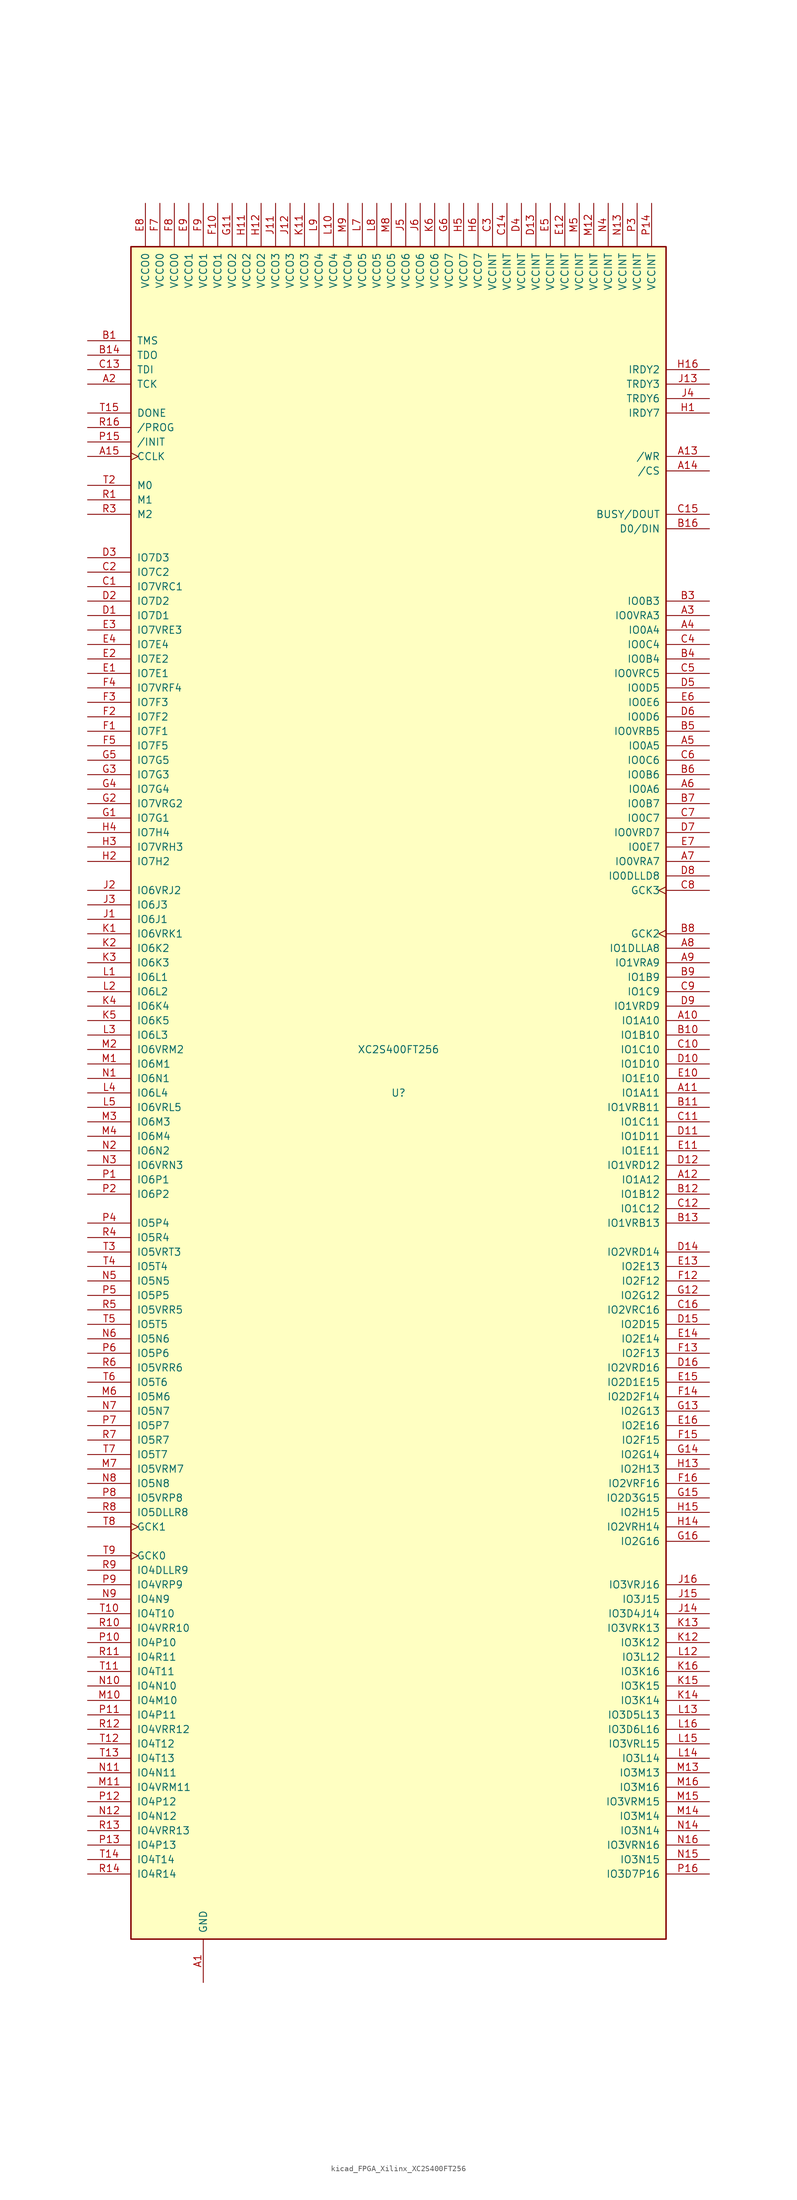
<source format=kicad_sym>
(kicad_symbol_lib
  (version 20220914)
  (generator kicad_symbol_editor)
  (symbol "kicad_FPGA_Xilinx_XC2S400FT256"
    (pin_names
      (offset 1.016))
    (property "Reference" "U"
      (at 0 0 0)
      (effects (font (size 1.27 1.27))))
    (property "Value" "XC2S400FT256"
      (at 0 7.62 0)
      (effects (font (size 1.27 1.27))))
    (symbol "kicad_FPGA_Xilinx_XC2S400FT256_0_1"
      (rectangle (start 46.99 -148.59) (end -46.99 148.59) (stroke (width 0.254) (type default)) (fill (type background))))
    (symbol "kicad_FPGA_Xilinx_XC2S400FT256_1_1"
      (pin power_in line (at -34.29 -156.21 90) (length 7.62) (name "GND" (effects (font (size 1.27 1.27)))) (number "A1" (effects (font (size 1.27 1.27)))))
      (pin bidirectional line (at 54.61 12.7 180) (length 7.62) (name "IO1A10" (effects (font (size 1.27 1.27)))) (number "A10" (effects (font (size 1.27 1.27)))))
      (pin bidirectional line (at 54.61 0 180) (length 7.62) (name "IO1A11" (effects (font (size 1.27 1.27)))) (number "A11" (effects (font (size 1.27 1.27)))))
      (pin bidirectional line (at 54.61 -15.24 180) (length 7.62) (name "IO1A12" (effects (font (size 1.27 1.27)))) (number "A12" (effects (font (size 1.27 1.27)))))
      (pin bidirectional line (at 54.61 111.76 180) (length 7.62) (name "/WR" (effects (font (size 1.27 1.27)))) (number "A13" (effects (font (size 1.27 1.27)))))
      (pin bidirectional line (at 54.61 109.22 180) (length 7.62) (name "/CS" (effects (font (size 1.27 1.27)))) (number "A14" (effects (font (size 1.27 1.27)))))
      (pin bidirectional clock (at -54.61 111.76 0) (length 7.62) (name "CCLK" (effects (font (size 1.27 1.27)))) (number "A15" (effects (font (size 1.27 1.27)))))
      (pin passive line (at -34.29 -156.21 90) (length 7.62) hide (name "GND" (effects (font (size 1.27 1.27)))) (number "A16" (effects (font (size 1.27 1.27)))))
      (pin bidirectional line (at -54.61 124.46 0) (length 7.62) (name "TCK" (effects (font (size 1.27 1.27)))) (number "A2" (effects (font (size 1.27 1.27)))))
      (pin bidirectional line (at 54.61 83.82 180) (length 7.62) (name "IO0VRA3" (effects (font (size 1.27 1.27)))) (number "A3" (effects (font (size 1.27 1.27)))))
      (pin bidirectional line (at 54.61 81.28 180) (length 7.62) (name "IO0A4" (effects (font (size 1.27 1.27)))) (number "A4" (effects (font (size 1.27 1.27)))))
      (pin bidirectional line (at 54.61 60.96 180) (length 7.62) (name "IO0A5" (effects (font (size 1.27 1.27)))) (number "A5" (effects (font (size 1.27 1.27)))))
      (pin bidirectional line (at 54.61 53.34 180) (length 7.62) (name "IO0A6" (effects (font (size 1.27 1.27)))) (number "A6" (effects (font (size 1.27 1.27)))))
      (pin bidirectional line (at 54.61 40.64 180) (length 7.62) (name "IO0VRA7" (effects (font (size 1.27 1.27)))) (number "A7" (effects (font (size 1.27 1.27)))))
      (pin bidirectional line (at 54.61 25.4 180) (length 7.62) (name "IO1DLLA8" (effects (font (size 1.27 1.27)))) (number "A8" (effects (font (size 1.27 1.27)))))
      (pin bidirectional line (at 54.61 22.86 180) (length 7.62) (name "IO1VRA9" (effects (font (size 1.27 1.27)))) (number "A9" (effects (font (size 1.27 1.27)))))
      (pin bidirectional line (at -54.61 132.08 0) (length 7.62) (name "TMS" (effects (font (size 1.27 1.27)))) (number "B1" (effects (font (size 1.27 1.27)))))
      (pin bidirectional line (at 54.61 10.16 180) (length 7.62) (name "IO1B10" (effects (font (size 1.27 1.27)))) (number "B10" (effects (font (size 1.27 1.27)))))
      (pin bidirectional line (at 54.61 -2.54 180) (length 7.62) (name "IO1VRB11" (effects (font (size 1.27 1.27)))) (number "B11" (effects (font (size 1.27 1.27)))))
      (pin bidirectional line (at 54.61 -17.78 180) (length 7.62) (name "IO1B12" (effects (font (size 1.27 1.27)))) (number "B12" (effects (font (size 1.27 1.27)))))
      (pin bidirectional line (at 54.61 -22.86 180) (length 7.62) (name "IO1VRB13" (effects (font (size 1.27 1.27)))) (number "B13" (effects (font (size 1.27 1.27)))))
      (pin bidirectional line (at -54.61 129.54 0) (length 7.62) (name "TDO" (effects (font (size 1.27 1.27)))) (number "B14" (effects (font (size 1.27 1.27)))))
      (pin passive line (at -34.29 -156.21 90) (length 7.62) hide (name "GND" (effects (font (size 1.27 1.27)))) (number "B15" (effects (font (size 1.27 1.27)))))
      (pin bidirectional line (at 54.61 99.06 180) (length 7.62) (name "D0/DIN" (effects (font (size 1.27 1.27)))) (number "B16" (effects (font (size 1.27 1.27)))))
      (pin passive line (at -34.29 -156.21 90) (length 7.62) hide (name "GND" (effects (font (size 1.27 1.27)))) (number "B2" (effects (font (size 1.27 1.27)))))
      (pin bidirectional line (at 54.61 86.36 180) (length 7.62) (name "IO0B3" (effects (font (size 1.27 1.27)))) (number "B3" (effects (font (size 1.27 1.27)))))
      (pin bidirectional line (at 54.61 76.2 180) (length 7.62) (name "IO0B4" (effects (font (size 1.27 1.27)))) (number "B4" (effects (font (size 1.27 1.27)))))
      (pin bidirectional line (at 54.61 63.5 180) (length 7.62) (name "IO0VRB5" (effects (font (size 1.27 1.27)))) (number "B5" (effects (font (size 1.27 1.27)))))
      (pin bidirectional line (at 54.61 55.88 180) (length 7.62) (name "IO0B6" (effects (font (size 1.27 1.27)))) (number "B6" (effects (font (size 1.27 1.27)))))
      (pin bidirectional line (at 54.61 50.8 180) (length 7.62) (name "IO0B7" (effects (font (size 1.27 1.27)))) (number "B7" (effects (font (size 1.27 1.27)))))
      (pin input clock (at 54.61 27.94 180) (length 7.62) (name "GCK2" (effects (font (size 1.27 1.27)))) (number "B8" (effects (font (size 1.27 1.27)))))
      (pin bidirectional line (at 54.61 20.32 180) (length 7.62) (name "IO1B9" (effects (font (size 1.27 1.27)))) (number "B9" (effects (font (size 1.27 1.27)))))
      (pin bidirectional line (at -54.61 88.9 0) (length 7.62) (name "IO7VRC1" (effects (font (size 1.27 1.27)))) (number "C1" (effects (font (size 1.27 1.27)))))
      (pin bidirectional line (at 54.61 7.62 180) (length 7.62) (name "IO1C10" (effects (font (size 1.27 1.27)))) (number "C10" (effects (font (size 1.27 1.27)))))
      (pin bidirectional line (at 54.61 -5.08 180) (length 7.62) (name "IO1C11" (effects (font (size 1.27 1.27)))) (number "C11" (effects (font (size 1.27 1.27)))))
      (pin bidirectional line (at 54.61 -20.32 180) (length 7.62) (name "IO1C12" (effects (font (size 1.27 1.27)))) (number "C12" (effects (font (size 1.27 1.27)))))
      (pin bidirectional line (at -54.61 127 0) (length 7.62) (name "TDI" (effects (font (size 1.27 1.27)))) (number "C13" (effects (font (size 1.27 1.27)))))
      (pin power_in line (at 19.05 156.21 270) (length 7.62) (name "VCCINT" (effects (font (size 1.27 1.27)))) (number "C14" (effects (font (size 1.27 1.27)))))
      (pin bidirectional line (at 54.61 101.6 180) (length 7.62) (name "BUSY/DOUT" (effects (font (size 1.27 1.27)))) (number "C15" (effects (font (size 1.27 1.27)))))
      (pin bidirectional line (at 54.61 -38.1 180) (length 7.62) (name "IO2VRC16" (effects (font (size 1.27 1.27)))) (number "C16" (effects (font (size 1.27 1.27)))))
      (pin bidirectional line (at -54.61 91.44 0) (length 7.62) (name "IO7C2" (effects (font (size 1.27 1.27)))) (number "C2" (effects (font (size 1.27 1.27)))))
      (pin power_in line (at 16.51 156.21 270) (length 7.62) (name "VCCINT" (effects (font (size 1.27 1.27)))) (number "C3" (effects (font (size 1.27 1.27)))))
      (pin bidirectional line (at 54.61 78.74 180) (length 7.62) (name "IO0C4" (effects (font (size 1.27 1.27)))) (number "C4" (effects (font (size 1.27 1.27)))))
      (pin bidirectional line (at 54.61 73.66 180) (length 7.62) (name "IO0VRC5" (effects (font (size 1.27 1.27)))) (number "C5" (effects (font (size 1.27 1.27)))))
      (pin bidirectional line (at 54.61 58.42 180) (length 7.62) (name "IO0C6" (effects (font (size 1.27 1.27)))) (number "C6" (effects (font (size 1.27 1.27)))))
      (pin bidirectional line (at 54.61 48.26 180) (length 7.62) (name "IO0C7" (effects (font (size 1.27 1.27)))) (number "C7" (effects (font (size 1.27 1.27)))))
      (pin input clock (at 54.61 35.56 180) (length 7.62) (name "GCK3" (effects (font (size 1.27 1.27)))) (number "C8" (effects (font (size 1.27 1.27)))))
      (pin bidirectional line (at 54.61 17.78 180) (length 7.62) (name "IO1C9" (effects (font (size 1.27 1.27)))) (number "C9" (effects (font (size 1.27 1.27)))))
      (pin bidirectional line (at -54.61 83.82 0) (length 7.62) (name "IO7D1" (effects (font (size 1.27 1.27)))) (number "D1" (effects (font (size 1.27 1.27)))))
      (pin bidirectional line (at 54.61 5.08 180) (length 7.62) (name "IO1D10" (effects (font (size 1.27 1.27)))) (number "D10" (effects (font (size 1.27 1.27)))))
      (pin bidirectional line (at 54.61 -7.62 180) (length 7.62) (name "IO1D11" (effects (font (size 1.27 1.27)))) (number "D11" (effects (font (size 1.27 1.27)))))
      (pin bidirectional line (at 54.61 -12.7 180) (length 7.62) (name "IO1VRD12" (effects (font (size 1.27 1.27)))) (number "D12" (effects (font (size 1.27 1.27)))))
      (pin power_in line (at 24.13 156.21 270) (length 7.62) (name "VCCINT" (effects (font (size 1.27 1.27)))) (number "D13" (effects (font (size 1.27 1.27)))))
      (pin bidirectional line (at 54.61 -27.94 180) (length 7.62) (name "IO2VRD14" (effects (font (size 1.27 1.27)))) (number "D14" (effects (font (size 1.27 1.27)))))
      (pin bidirectional line (at 54.61 -40.64 180) (length 7.62) (name "IO2D15" (effects (font (size 1.27 1.27)))) (number "D15" (effects (font (size 1.27 1.27)))))
      (pin bidirectional line (at 54.61 -48.26 180) (length 7.62) (name "IO2VRD16" (effects (font (size 1.27 1.27)))) (number "D16" (effects (font (size 1.27 1.27)))))
      (pin bidirectional line (at -54.61 86.36 0) (length 7.62) (name "IO7D2" (effects (font (size 1.27 1.27)))) (number "D2" (effects (font (size 1.27 1.27)))))
      (pin bidirectional line (at -54.61 93.98 0) (length 7.62) (name "IO7D3" (effects (font (size 1.27 1.27)))) (number "D3" (effects (font (size 1.27 1.27)))))
      (pin power_in line (at 21.59 156.21 270) (length 7.62) (name "VCCINT" (effects (font (size 1.27 1.27)))) (number "D4" (effects (font (size 1.27 1.27)))))
      (pin bidirectional line (at 54.61 71.12 180) (length 7.62) (name "IO0D5" (effects (font (size 1.27 1.27)))) (number "D5" (effects (font (size 1.27 1.27)))))
      (pin bidirectional line (at 54.61 66.04 180) (length 7.62) (name "IO0D6" (effects (font (size 1.27 1.27)))) (number "D6" (effects (font (size 1.27 1.27)))))
      (pin bidirectional line (at 54.61 45.72 180) (length 7.62) (name "IO0VRD7" (effects (font (size 1.27 1.27)))) (number "D7" (effects (font (size 1.27 1.27)))))
      (pin bidirectional line (at 54.61 38.1 180) (length 7.62) (name "IO0DLLD8" (effects (font (size 1.27 1.27)))) (number "D8" (effects (font (size 1.27 1.27)))))
      (pin bidirectional line (at 54.61 15.24 180) (length 7.62) (name "IO1VRD9" (effects (font (size 1.27 1.27)))) (number "D9" (effects (font (size 1.27 1.27)))))
      (pin bidirectional line (at -54.61 73.66 0) (length 7.62) (name "IO7E1" (effects (font (size 1.27 1.27)))) (number "E1" (effects (font (size 1.27 1.27)))))
      (pin bidirectional line (at 54.61 2.54 180) (length 7.62) (name "IO1E10" (effects (font (size 1.27 1.27)))) (number "E10" (effects (font (size 1.27 1.27)))))
      (pin bidirectional line (at 54.61 -10.16 180) (length 7.62) (name "IO1E11" (effects (font (size 1.27 1.27)))) (number "E11" (effects (font (size 1.27 1.27)))))
      (pin power_in line (at 29.21 156.21 270) (length 7.62) (name "VCCINT" (effects (font (size 1.27 1.27)))) (number "E12" (effects (font (size 1.27 1.27)))))
      (pin bidirectional line (at 54.61 -30.48 180) (length 7.62) (name "IO2E13" (effects (font (size 1.27 1.27)))) (number "E13" (effects (font (size 1.27 1.27)))))
      (pin bidirectional line (at 54.61 -43.18 180) (length 7.62) (name "IO2E14" (effects (font (size 1.27 1.27)))) (number "E14" (effects (font (size 1.27 1.27)))))
      (pin bidirectional line (at 54.61 -50.8 180) (length 7.62) (name "IO2D1E15" (effects (font (size 1.27 1.27)))) (number "E15" (effects (font (size 1.27 1.27)))))
      (pin bidirectional line (at 54.61 -58.42 180) (length 7.62) (name "IO2E16" (effects (font (size 1.27 1.27)))) (number "E16" (effects (font (size 1.27 1.27)))))
      (pin bidirectional line (at -54.61 76.2 0) (length 7.62) (name "IO7E2" (effects (font (size 1.27 1.27)))) (number "E2" (effects (font (size 1.27 1.27)))))
      (pin bidirectional line (at -54.61 81.28 0) (length 7.62) (name "IO7VRE3" (effects (font (size 1.27 1.27)))) (number "E3" (effects (font (size 1.27 1.27)))))
      (pin bidirectional line (at -54.61 78.74 0) (length 7.62) (name "IO7E4" (effects (font (size 1.27 1.27)))) (number "E4" (effects (font (size 1.27 1.27)))))
      (pin power_in line (at 26.67 156.21 270) (length 7.62) (name "VCCINT" (effects (font (size 1.27 1.27)))) (number "E5" (effects (font (size 1.27 1.27)))))
      (pin bidirectional line (at 54.61 68.58 180) (length 7.62) (name "IO0E6" (effects (font (size 1.27 1.27)))) (number "E6" (effects (font (size 1.27 1.27)))))
      (pin bidirectional line (at 54.61 43.18 180) (length 7.62) (name "IO0E7" (effects (font (size 1.27 1.27)))) (number "E7" (effects (font (size 1.27 1.27)))))
      (pin power_in line (at -44.45 156.21 270) (length 7.62) (name "VCCO0" (effects (font (size 1.27 1.27)))) (number "E8" (effects (font (size 1.27 1.27)))))
      (pin power_in line (at -36.83 156.21 270) (length 7.62) (name "VCCO1" (effects (font (size 1.27 1.27)))) (number "E9" (effects (font (size 1.27 1.27)))))
      (pin bidirectional line (at -54.61 63.5 0) (length 7.62) (name "IO7F1" (effects (font (size 1.27 1.27)))) (number "F1" (effects (font (size 1.27 1.27)))))
      (pin power_in line (at -31.75 156.21 270) (length 7.62) (name "VCCO1" (effects (font (size 1.27 1.27)))) (number "F10" (effects (font (size 1.27 1.27)))))
      (pin passive line (at -34.29 -156.21 90) (length 7.62) hide (name "GND" (effects (font (size 1.27 1.27)))) (number "F11" (effects (font (size 1.27 1.27)))))
      (pin bidirectional line (at 54.61 -33.02 180) (length 7.62) (name "IO2F12" (effects (font (size 1.27 1.27)))) (number "F12" (effects (font (size 1.27 1.27)))))
      (pin bidirectional line (at 54.61 -45.72 180) (length 7.62) (name "IO2F13" (effects (font (size 1.27 1.27)))) (number "F13" (effects (font (size 1.27 1.27)))))
      (pin bidirectional line (at 54.61 -53.34 180) (length 7.62) (name "IO2D2F14" (effects (font (size 1.27 1.27)))) (number "F14" (effects (font (size 1.27 1.27)))))
      (pin bidirectional line (at 54.61 -60.96 180) (length 7.62) (name "IO2F15" (effects (font (size 1.27 1.27)))) (number "F15" (effects (font (size 1.27 1.27)))))
      (pin bidirectional line (at 54.61 -68.58 180) (length 7.62) (name "IO2VRF16" (effects (font (size 1.27 1.27)))) (number "F16" (effects (font (size 1.27 1.27)))))
      (pin bidirectional line (at -54.61 66.04 0) (length 7.62) (name "IO7F2" (effects (font (size 1.27 1.27)))) (number "F2" (effects (font (size 1.27 1.27)))))
      (pin bidirectional line (at -54.61 68.58 0) (length 7.62) (name "IO7F3" (effects (font (size 1.27 1.27)))) (number "F3" (effects (font (size 1.27 1.27)))))
      (pin bidirectional line (at -54.61 71.12 0) (length 7.62) (name "IO7VRF4" (effects (font (size 1.27 1.27)))) (number "F4" (effects (font (size 1.27 1.27)))))
      (pin bidirectional line (at -54.61 60.96 0) (length 7.62) (name "IO7F5" (effects (font (size 1.27 1.27)))) (number "F5" (effects (font (size 1.27 1.27)))))
      (pin passive line (at -34.29 -156.21 90) (length 7.62) hide (name "GND" (effects (font (size 1.27 1.27)))) (number "F6" (effects (font (size 1.27 1.27)))))
      (pin power_in line (at -41.91 156.21 270) (length 7.62) (name "VCCO0" (effects (font (size 1.27 1.27)))) (number "F7" (effects (font (size 1.27 1.27)))))
      (pin power_in line (at -39.37 156.21 270) (length 7.62) (name "VCCO0" (effects (font (size 1.27 1.27)))) (number "F8" (effects (font (size 1.27 1.27)))))
      (pin power_in line (at -34.29 156.21 270) (length 7.62) (name "VCCO1" (effects (font (size 1.27 1.27)))) (number "F9" (effects (font (size 1.27 1.27)))))
      (pin bidirectional line (at -54.61 48.26 0) (length 7.62) (name "IO7G1" (effects (font (size 1.27 1.27)))) (number "G1" (effects (font (size 1.27 1.27)))))
      (pin passive line (at -34.29 -156.21 90) (length 7.62) hide (name "GND" (effects (font (size 1.27 1.27)))) (number "G10" (effects (font (size 1.27 1.27)))))
      (pin power_in line (at -29.21 156.21 270) (length 7.62) (name "VCCO2" (effects (font (size 1.27 1.27)))) (number "G11" (effects (font (size 1.27 1.27)))))
      (pin bidirectional line (at 54.61 -35.56 180) (length 7.62) (name "IO2G12" (effects (font (size 1.27 1.27)))) (number "G12" (effects (font (size 1.27 1.27)))))
      (pin bidirectional line (at 54.61 -55.88 180) (length 7.62) (name "IO2G13" (effects (font (size 1.27 1.27)))) (number "G13" (effects (font (size 1.27 1.27)))))
      (pin bidirectional line (at 54.61 -63.5 180) (length 7.62) (name "IO2G14" (effects (font (size 1.27 1.27)))) (number "G14" (effects (font (size 1.27 1.27)))))
      (pin bidirectional line (at 54.61 -71.12 180) (length 7.62) (name "IO2D3G15" (effects (font (size 1.27 1.27)))) (number "G15" (effects (font (size 1.27 1.27)))))
      (pin bidirectional line (at 54.61 -78.74 180) (length 7.62) (name "IO2G16" (effects (font (size 1.27 1.27)))) (number "G16" (effects (font (size 1.27 1.27)))))
      (pin bidirectional line (at -54.61 50.8 0) (length 7.62) (name "IO7VRG2" (effects (font (size 1.27 1.27)))) (number "G2" (effects (font (size 1.27 1.27)))))
      (pin bidirectional line (at -54.61 55.88 0) (length 7.62) (name "IO7G3" (effects (font (size 1.27 1.27)))) (number "G3" (effects (font (size 1.27 1.27)))))
      (pin bidirectional line (at -54.61 53.34 0) (length 7.62) (name "IO7G4" (effects (font (size 1.27 1.27)))) (number "G4" (effects (font (size 1.27 1.27)))))
      (pin bidirectional line (at -54.61 58.42 0) (length 7.62) (name "IO7G5" (effects (font (size 1.27 1.27)))) (number "G5" (effects (font (size 1.27 1.27)))))
      (pin power_in line (at 8.89 156.21 270) (length 7.62) (name "VCCO7" (effects (font (size 1.27 1.27)))) (number "G6" (effects (font (size 1.27 1.27)))))
      (pin passive line (at -34.29 -156.21 90) (length 7.62) hide (name "GND" (effects (font (size 1.27 1.27)))) (number "G7" (effects (font (size 1.27 1.27)))))
      (pin passive line (at -34.29 -156.21 90) (length 7.62) hide (name "GND" (effects (font (size 1.27 1.27)))) (number "G8" (effects (font (size 1.27 1.27)))))
      (pin passive line (at -34.29 -156.21 90) (length 7.62) hide (name "GND" (effects (font (size 1.27 1.27)))) (number "G9" (effects (font (size 1.27 1.27)))))
      (pin bidirectional line (at 54.61 119.38 180) (length 7.62) (name "IRDY7" (effects (font (size 1.27 1.27)))) (number "H1" (effects (font (size 1.27 1.27)))))
      (pin passive line (at -34.29 -156.21 90) (length 7.62) hide (name "GND" (effects (font (size 1.27 1.27)))) (number "H10" (effects (font (size 1.27 1.27)))))
      (pin power_in line (at -26.67 156.21 270) (length 7.62) (name "VCCO2" (effects (font (size 1.27 1.27)))) (number "H11" (effects (font (size 1.27 1.27)))))
      (pin power_in line (at -24.13 156.21 270) (length 7.62) (name "VCCO2" (effects (font (size 1.27 1.27)))) (number "H12" (effects (font (size 1.27 1.27)))))
      (pin bidirectional line (at 54.61 -66.04 180) (length 7.62) (name "IO2H13" (effects (font (size 1.27 1.27)))) (number "H13" (effects (font (size 1.27 1.27)))))
      (pin bidirectional line (at 54.61 -76.2 180) (length 7.62) (name "IO2VRH14" (effects (font (size 1.27 1.27)))) (number "H14" (effects (font (size 1.27 1.27)))))
      (pin bidirectional line (at 54.61 -73.66 180) (length 7.62) (name "IO2H15" (effects (font (size 1.27 1.27)))) (number "H15" (effects (font (size 1.27 1.27)))))
      (pin bidirectional line (at 54.61 127 180) (length 7.62) (name "IRDY2" (effects (font (size 1.27 1.27)))) (number "H16" (effects (font (size 1.27 1.27)))))
      (pin bidirectional line (at -54.61 40.64 0) (length 7.62) (name "IO7H2" (effects (font (size 1.27 1.27)))) (number "H2" (effects (font (size 1.27 1.27)))))
      (pin bidirectional line (at -54.61 43.18 0) (length 7.62) (name "IO7VRH3" (effects (font (size 1.27 1.27)))) (number "H3" (effects (font (size 1.27 1.27)))))
      (pin bidirectional line (at -54.61 45.72 0) (length 7.62) (name "IO7H4" (effects (font (size 1.27 1.27)))) (number "H4" (effects (font (size 1.27 1.27)))))
      (pin power_in line (at 11.43 156.21 270) (length 7.62) (name "VCCO7" (effects (font (size 1.27 1.27)))) (number "H5" (effects (font (size 1.27 1.27)))))
      (pin power_in line (at 13.97 156.21 270) (length 7.62) (name "VCCO7" (effects (font (size 1.27 1.27)))) (number "H6" (effects (font (size 1.27 1.27)))))
      (pin passive line (at -34.29 -156.21 90) (length 7.62) hide (name "GND" (effects (font (size 1.27 1.27)))) (number "H7" (effects (font (size 1.27 1.27)))))
      (pin passive line (at -34.29 -156.21 90) (length 7.62) hide (name "GND" (effects (font (size 1.27 1.27)))) (number "H8" (effects (font (size 1.27 1.27)))))
      (pin passive line (at -34.29 -156.21 90) (length 7.62) hide (name "GND" (effects (font (size 1.27 1.27)))) (number "H9" (effects (font (size 1.27 1.27)))))
      (pin bidirectional line (at -54.61 30.48 0) (length 7.62) (name "IO6J1" (effects (font (size 1.27 1.27)))) (number "J1" (effects (font (size 1.27 1.27)))))
      (pin passive line (at -34.29 -156.21 90) (length 7.62) hide (name "GND" (effects (font (size 1.27 1.27)))) (number "J10" (effects (font (size 1.27 1.27)))))
      (pin power_in line (at -21.59 156.21 270) (length 7.62) (name "VCCO3" (effects (font (size 1.27 1.27)))) (number "J11" (effects (font (size 1.27 1.27)))))
      (pin power_in line (at -19.05 156.21 270) (length 7.62) (name "VCCO3" (effects (font (size 1.27 1.27)))) (number "J12" (effects (font (size 1.27 1.27)))))
      (pin bidirectional line (at 54.61 124.46 180) (length 7.62) (name "TRDY3" (effects (font (size 1.27 1.27)))) (number "J13" (effects (font (size 1.27 1.27)))))
      (pin bidirectional line (at 54.61 -91.44 180) (length 7.62) (name "IO3D4J14" (effects (font (size 1.27 1.27)))) (number "J14" (effects (font (size 1.27 1.27)))))
      (pin bidirectional line (at 54.61 -88.9 180) (length 7.62) (name "IO3J15" (effects (font (size 1.27 1.27)))) (number "J15" (effects (font (size 1.27 1.27)))))
      (pin bidirectional line (at 54.61 -86.36 180) (length 7.62) (name "IO3VRJ16" (effects (font (size 1.27 1.27)))) (number "J16" (effects (font (size 1.27 1.27)))))
      (pin bidirectional line (at -54.61 35.56 0) (length 7.62) (name "IO6VRJ2" (effects (font (size 1.27 1.27)))) (number "J2" (effects (font (size 1.27 1.27)))))
      (pin bidirectional line (at -54.61 33.02 0) (length 7.62) (name "IO6J3" (effects (font (size 1.27 1.27)))) (number "J3" (effects (font (size 1.27 1.27)))))
      (pin bidirectional line (at 54.61 121.92 180) (length 7.62) (name "TRDY6" (effects (font (size 1.27 1.27)))) (number "J4" (effects (font (size 1.27 1.27)))))
      (pin power_in line (at 1.27 156.21 270) (length 7.62) (name "VCCO6" (effects (font (size 1.27 1.27)))) (number "J5" (effects (font (size 1.27 1.27)))))
      (pin power_in line (at 3.81 156.21 270) (length 7.62) (name "VCCO6" (effects (font (size 1.27 1.27)))) (number "J6" (effects (font (size 1.27 1.27)))))
      (pin passive line (at -34.29 -156.21 90) (length 7.62) hide (name "GND" (effects (font (size 1.27 1.27)))) (number "J7" (effects (font (size 1.27 1.27)))))
      (pin passive line (at -34.29 -156.21 90) (length 7.62) hide (name "GND" (effects (font (size 1.27 1.27)))) (number "J8" (effects (font (size 1.27 1.27)))))
      (pin passive line (at -34.29 -156.21 90) (length 7.62) hide (name "GND" (effects (font (size 1.27 1.27)))) (number "J9" (effects (font (size 1.27 1.27)))))
      (pin bidirectional line (at -54.61 27.94 0) (length 7.62) (name "IO6VRK1" (effects (font (size 1.27 1.27)))) (number "K1" (effects (font (size 1.27 1.27)))))
      (pin passive line (at -34.29 -156.21 90) (length 7.62) hide (name "GND" (effects (font (size 1.27 1.27)))) (number "K10" (effects (font (size 1.27 1.27)))))
      (pin power_in line (at -16.51 156.21 270) (length 7.62) (name "VCCO3" (effects (font (size 1.27 1.27)))) (number "K11" (effects (font (size 1.27 1.27)))))
      (pin bidirectional line (at 54.61 -96.52 180) (length 7.62) (name "IO3K12" (effects (font (size 1.27 1.27)))) (number "K12" (effects (font (size 1.27 1.27)))))
      (pin bidirectional line (at 54.61 -93.98 180) (length 7.62) (name "IO3VRK13" (effects (font (size 1.27 1.27)))) (number "K13" (effects (font (size 1.27 1.27)))))
      (pin bidirectional line (at 54.61 -106.68 180) (length 7.62) (name "IO3K14" (effects (font (size 1.27 1.27)))) (number "K14" (effects (font (size 1.27 1.27)))))
      (pin bidirectional line (at 54.61 -104.14 180) (length 7.62) (name "IO3K15" (effects (font (size 1.27 1.27)))) (number "K15" (effects (font (size 1.27 1.27)))))
      (pin bidirectional line (at 54.61 -101.6 180) (length 7.62) (name "IO3K16" (effects (font (size 1.27 1.27)))) (number "K16" (effects (font (size 1.27 1.27)))))
      (pin bidirectional line (at -54.61 25.4 0) (length 7.62) (name "IO6K2" (effects (font (size 1.27 1.27)))) (number "K2" (effects (font (size 1.27 1.27)))))
      (pin bidirectional line (at -54.61 22.86 0) (length 7.62) (name "IO6K3" (effects (font (size 1.27 1.27)))) (number "K3" (effects (font (size 1.27 1.27)))))
      (pin bidirectional line (at -54.61 15.24 0) (length 7.62) (name "IO6K4" (effects (font (size 1.27 1.27)))) (number "K4" (effects (font (size 1.27 1.27)))))
      (pin bidirectional line (at -54.61 12.7 0) (length 7.62) (name "IO6K5" (effects (font (size 1.27 1.27)))) (number "K5" (effects (font (size 1.27 1.27)))))
      (pin power_in line (at 6.35 156.21 270) (length 7.62) (name "VCCO6" (effects (font (size 1.27 1.27)))) (number "K6" (effects (font (size 1.27 1.27)))))
      (pin passive line (at -34.29 -156.21 90) (length 7.62) hide (name "GND" (effects (font (size 1.27 1.27)))) (number "K7" (effects (font (size 1.27 1.27)))))
      (pin passive line (at -34.29 -156.21 90) (length 7.62) hide (name "GND" (effects (font (size 1.27 1.27)))) (number "K8" (effects (font (size 1.27 1.27)))))
      (pin passive line (at -34.29 -156.21 90) (length 7.62) hide (name "GND" (effects (font (size 1.27 1.27)))) (number "K9" (effects (font (size 1.27 1.27)))))
      (pin bidirectional line (at -54.61 20.32 0) (length 7.62) (name "IO6L1" (effects (font (size 1.27 1.27)))) (number "L1" (effects (font (size 1.27 1.27)))))
      (pin power_in line (at -11.43 156.21 270) (length 7.62) (name "VCCO4" (effects (font (size 1.27 1.27)))) (number "L10" (effects (font (size 1.27 1.27)))))
      (pin passive line (at -34.29 -156.21 90) (length 7.62) hide (name "GND" (effects (font (size 1.27 1.27)))) (number "L11" (effects (font (size 1.27 1.27)))))
      (pin bidirectional line (at 54.61 -99.06 180) (length 7.62) (name "IO3L12" (effects (font (size 1.27 1.27)))) (number "L12" (effects (font (size 1.27 1.27)))))
      (pin bidirectional line (at 54.61 -109.22 180) (length 7.62) (name "IO3D5L13" (effects (font (size 1.27 1.27)))) (number "L13" (effects (font (size 1.27 1.27)))))
      (pin bidirectional line (at 54.61 -116.84 180) (length 7.62) (name "IO3L14" (effects (font (size 1.27 1.27)))) (number "L14" (effects (font (size 1.27 1.27)))))
      (pin bidirectional line (at 54.61 -114.3 180) (length 7.62) (name "IO3VRL15" (effects (font (size 1.27 1.27)))) (number "L15" (effects (font (size 1.27 1.27)))))
      (pin bidirectional line (at 54.61 -111.76 180) (length 7.62) (name "IO3D6L16" (effects (font (size 1.27 1.27)))) (number "L16" (effects (font (size 1.27 1.27)))))
      (pin bidirectional line (at -54.61 17.78 0) (length 7.62) (name "IO6L2" (effects (font (size 1.27 1.27)))) (number "L2" (effects (font (size 1.27 1.27)))))
      (pin bidirectional line (at -54.61 10.16 0) (length 7.62) (name "IO6L3" (effects (font (size 1.27 1.27)))) (number "L3" (effects (font (size 1.27 1.27)))))
      (pin bidirectional line (at -54.61 0 0) (length 7.62) (name "IO6L4" (effects (font (size 1.27 1.27)))) (number "L4" (effects (font (size 1.27 1.27)))))
      (pin bidirectional line (at -54.61 -2.54 0) (length 7.62) (name "IO6VRL5" (effects (font (size 1.27 1.27)))) (number "L5" (effects (font (size 1.27 1.27)))))
      (pin passive line (at -34.29 -156.21 90) (length 7.62) hide (name "GND" (effects (font (size 1.27 1.27)))) (number "L6" (effects (font (size 1.27 1.27)))))
      (pin power_in line (at -6.35 156.21 270) (length 7.62) (name "VCCO5" (effects (font (size 1.27 1.27)))) (number "L7" (effects (font (size 1.27 1.27)))))
      (pin power_in line (at -3.81 156.21 270) (length 7.62) (name "VCCO5" (effects (font (size 1.27 1.27)))) (number "L8" (effects (font (size 1.27 1.27)))))
      (pin passive line (at -13.97 156.21 270) (length 7.62) (name "VCCO4" (effects (font (size 1.27 1.27)))) (number "L9" (effects (font (size 1.27 1.27)))))
      (pin bidirectional line (at -54.61 5.08 0) (length 7.62) (name "IO6M1" (effects (font (size 1.27 1.27)))) (number "M1" (effects (font (size 1.27 1.27)))))
      (pin bidirectional line (at -54.61 -106.68 0) (length 7.62) (name "IO4M10" (effects (font (size 1.27 1.27)))) (number "M10" (effects (font (size 1.27 1.27)))))
      (pin bidirectional line (at -54.61 -121.92 0) (length 7.62) (name "IO4VRM11" (effects (font (size 1.27 1.27)))) (number "M11" (effects (font (size 1.27 1.27)))))
      (pin power_in line (at 34.29 156.21 270) (length 7.62) (name "VCCINT" (effects (font (size 1.27 1.27)))) (number "M12" (effects (font (size 1.27 1.27)))))
      (pin bidirectional line (at 54.61 -119.38 180) (length 7.62) (name "IO3M13" (effects (font (size 1.27 1.27)))) (number "M13" (effects (font (size 1.27 1.27)))))
      (pin bidirectional line (at 54.61 -127 180) (length 7.62) (name "IO3M14" (effects (font (size 1.27 1.27)))) (number "M14" (effects (font (size 1.27 1.27)))))
      (pin bidirectional line (at 54.61 -124.46 180) (length 7.62) (name "IO3VRM15" (effects (font (size 1.27 1.27)))) (number "M15" (effects (font (size 1.27 1.27)))))
      (pin bidirectional line (at 54.61 -121.92 180) (length 7.62) (name "IO3M16" (effects (font (size 1.27 1.27)))) (number "M16" (effects (font (size 1.27 1.27)))))
      (pin bidirectional line (at -54.61 7.62 0) (length 7.62) (name "IO6VRM2" (effects (font (size 1.27 1.27)))) (number "M2" (effects (font (size 1.27 1.27)))))
      (pin bidirectional line (at -54.61 -5.08 0) (length 7.62) (name "IO6M3" (effects (font (size 1.27 1.27)))) (number "M3" (effects (font (size 1.27 1.27)))))
      (pin bidirectional line (at -54.61 -7.62 0) (length 7.62) (name "IO6M4" (effects (font (size 1.27 1.27)))) (number "M4" (effects (font (size 1.27 1.27)))))
      (pin power_in line (at 31.75 156.21 270) (length 7.62) (name "VCCINT" (effects (font (size 1.27 1.27)))) (number "M5" (effects (font (size 1.27 1.27)))))
      (pin bidirectional line (at -54.61 -53.34 0) (length 7.62) (name "IO5M6" (effects (font (size 1.27 1.27)))) (number "M6" (effects (font (size 1.27 1.27)))))
      (pin bidirectional line (at -54.61 -66.04 0) (length 7.62) (name "IO5VRM7" (effects (font (size 1.27 1.27)))) (number "M7" (effects (font (size 1.27 1.27)))))
      (pin power_in line (at -1.27 156.21 270) (length 7.62) (name "VCCO5" (effects (font (size 1.27 1.27)))) (number "M8" (effects (font (size 1.27 1.27)))))
      (pin power_in line (at -8.89 156.21 270) (length 7.62) (name "VCCO4" (effects (font (size 1.27 1.27)))) (number "M9" (effects (font (size 1.27 1.27)))))
      (pin bidirectional line (at -54.61 2.54 0) (length 7.62) (name "IO6N1" (effects (font (size 1.27 1.27)))) (number "N1" (effects (font (size 1.27 1.27)))))
      (pin bidirectional line (at -54.61 -104.14 0) (length 7.62) (name "IO4N10" (effects (font (size 1.27 1.27)))) (number "N10" (effects (font (size 1.27 1.27)))))
      (pin bidirectional line (at -54.61 -119.38 0) (length 7.62) (name "IO4N11" (effects (font (size 1.27 1.27)))) (number "N11" (effects (font (size 1.27 1.27)))))
      (pin bidirectional line (at -54.61 -127 0) (length 7.62) (name "IO4N12" (effects (font (size 1.27 1.27)))) (number "N12" (effects (font (size 1.27 1.27)))))
      (pin power_in line (at 39.37 156.21 270) (length 7.62) (name "VCCINT" (effects (font (size 1.27 1.27)))) (number "N13" (effects (font (size 1.27 1.27)))))
      (pin bidirectional line (at 54.61 -129.54 180) (length 7.62) (name "IO3N14" (effects (font (size 1.27 1.27)))) (number "N14" (effects (font (size 1.27 1.27)))))
      (pin bidirectional line (at 54.61 -134.62 180) (length 7.62) (name "IO3N15" (effects (font (size 1.27 1.27)))) (number "N15" (effects (font (size 1.27 1.27)))))
      (pin bidirectional line (at 54.61 -132.08 180) (length 7.62) (name "IO3VRN16" (effects (font (size 1.27 1.27)))) (number "N16" (effects (font (size 1.27 1.27)))))
      (pin bidirectional line (at -54.61 -10.16 0) (length 7.62) (name "IO6N2" (effects (font (size 1.27 1.27)))) (number "N2" (effects (font (size 1.27 1.27)))))
      (pin bidirectional line (at -54.61 -12.7 0) (length 7.62) (name "IO6VRN3" (effects (font (size 1.27 1.27)))) (number "N3" (effects (font (size 1.27 1.27)))))
      (pin power_in line (at 36.83 156.21 270) (length 7.62) (name "VCCINT" (effects (font (size 1.27 1.27)))) (number "N4" (effects (font (size 1.27 1.27)))))
      (pin bidirectional line (at -54.61 -33.02 0) (length 7.62) (name "IO5N5" (effects (font (size 1.27 1.27)))) (number "N5" (effects (font (size 1.27 1.27)))))
      (pin bidirectional line (at -54.61 -43.18 0) (length 7.62) (name "IO5N6" (effects (font (size 1.27 1.27)))) (number "N6" (effects (font (size 1.27 1.27)))))
      (pin bidirectional line (at -54.61 -55.88 0) (length 7.62) (name "IO5N7" (effects (font (size 1.27 1.27)))) (number "N7" (effects (font (size 1.27 1.27)))))
      (pin bidirectional line (at -54.61 -68.58 0) (length 7.62) (name "IO5N8" (effects (font (size 1.27 1.27)))) (number "N8" (effects (font (size 1.27 1.27)))))
      (pin bidirectional line (at -54.61 -88.9 0) (length 7.62) (name "IO4N9" (effects (font (size 1.27 1.27)))) (number "N9" (effects (font (size 1.27 1.27)))))
      (pin bidirectional line (at -54.61 -15.24 0) (length 7.62) (name "IO6P1" (effects (font (size 1.27 1.27)))) (number "P1" (effects (font (size 1.27 1.27)))))
      (pin bidirectional line (at -54.61 -96.52 0) (length 7.62) (name "IO4P10" (effects (font (size 1.27 1.27)))) (number "P10" (effects (font (size 1.27 1.27)))))
      (pin bidirectional line (at -54.61 -109.22 0) (length 7.62) (name "IO4P11" (effects (font (size 1.27 1.27)))) (number "P11" (effects (font (size 1.27 1.27)))))
      (pin bidirectional line (at -54.61 -124.46 0) (length 7.62) (name "IO4P12" (effects (font (size 1.27 1.27)))) (number "P12" (effects (font (size 1.27 1.27)))))
      (pin bidirectional line (at -54.61 -132.08 0) (length 7.62) (name "IO4P13" (effects (font (size 1.27 1.27)))) (number "P13" (effects (font (size 1.27 1.27)))))
      (pin power_in line (at 44.45 156.21 270) (length 7.62) (name "VCCINT" (effects (font (size 1.27 1.27)))) (number "P14" (effects (font (size 1.27 1.27)))))
      (pin bidirectional line (at -54.61 114.3 0) (length 7.62) (name "/INIT" (effects (font (size 1.27 1.27)))) (number "P15" (effects (font (size 1.27 1.27)))))
      (pin bidirectional line (at 54.61 -137.16 180) (length 7.62) (name "IO3D7P16" (effects (font (size 1.27 1.27)))) (number "P16" (effects (font (size 1.27 1.27)))))
      (pin bidirectional line (at -54.61 -17.78 0) (length 7.62) (name "IO6P2" (effects (font (size 1.27 1.27)))) (number "P2" (effects (font (size 1.27 1.27)))))
      (pin power_in line (at 41.91 156.21 270) (length 7.62) (name "VCCINT" (effects (font (size 1.27 1.27)))) (number "P3" (effects (font (size 1.27 1.27)))))
      (pin bidirectional line (at -54.61 -22.86 0) (length 7.62) (name "IO5P4" (effects (font (size 1.27 1.27)))) (number "P4" (effects (font (size 1.27 1.27)))))
      (pin bidirectional line (at -54.61 -35.56 0) (length 7.62) (name "IO5P5" (effects (font (size 1.27 1.27)))) (number "P5" (effects (font (size 1.27 1.27)))))
      (pin bidirectional line (at -54.61 -45.72 0) (length 7.62) (name "IO5P6" (effects (font (size 1.27 1.27)))) (number "P6" (effects (font (size 1.27 1.27)))))
      (pin bidirectional line (at -54.61 -58.42 0) (length 7.62) (name "IO5P7" (effects (font (size 1.27 1.27)))) (number "P7" (effects (font (size 1.27 1.27)))))
      (pin bidirectional line (at -54.61 -71.12 0) (length 7.62) (name "IO5VRP8" (effects (font (size 1.27 1.27)))) (number "P8" (effects (font (size 1.27 1.27)))))
      (pin bidirectional line (at -54.61 -86.36 0) (length 7.62) (name "IO4VRP9" (effects (font (size 1.27 1.27)))) (number "P9" (effects (font (size 1.27 1.27)))))
      (pin input line (at -54.61 104.14 0) (length 7.62) (name "M1" (effects (font (size 1.27 1.27)))) (number "R1" (effects (font (size 1.27 1.27)))))
      (pin bidirectional line (at -54.61 -93.98 0) (length 7.62) (name "IO4VRR10" (effects (font (size 1.27 1.27)))) (number "R10" (effects (font (size 1.27 1.27)))))
      (pin bidirectional line (at -54.61 -99.06 0) (length 7.62) (name "IO4R11" (effects (font (size 1.27 1.27)))) (number "R11" (effects (font (size 1.27 1.27)))))
      (pin bidirectional line (at -54.61 -111.76 0) (length 7.62) (name "IO4VRR12" (effects (font (size 1.27 1.27)))) (number "R12" (effects (font (size 1.27 1.27)))))
      (pin bidirectional line (at -54.61 -129.54 0) (length 7.62) (name "IO4VRR13" (effects (font (size 1.27 1.27)))) (number "R13" (effects (font (size 1.27 1.27)))))
      (pin bidirectional line (at -54.61 -137.16 0) (length 7.62) (name "IO4R14" (effects (font (size 1.27 1.27)))) (number "R14" (effects (font (size 1.27 1.27)))))
      (pin passive line (at -34.29 -156.21 90) (length 7.62) hide (name "GND" (effects (font (size 1.27 1.27)))) (number "R15" (effects (font (size 1.27 1.27)))))
      (pin input line (at -54.61 116.84 0) (length 7.62) (name "/PROG" (effects (font (size 1.27 1.27)))) (number "R16" (effects (font (size 1.27 1.27)))))
      (pin passive line (at -34.29 -156.21 90) (length 7.62) hide (name "GND" (effects (font (size 1.27 1.27)))) (number "R2" (effects (font (size 1.27 1.27)))))
      (pin input line (at -54.61 101.6 0) (length 7.62) (name "M2" (effects (font (size 1.27 1.27)))) (number "R3" (effects (font (size 1.27 1.27)))))
      (pin bidirectional line (at -54.61 -25.4 0) (length 7.62) (name "IO5R4" (effects (font (size 1.27 1.27)))) (number "R4" (effects (font (size 1.27 1.27)))))
      (pin bidirectional line (at -54.61 -38.1 0) (length 7.62) (name "IO5VRR5" (effects (font (size 1.27 1.27)))) (number "R5" (effects (font (size 1.27 1.27)))))
      (pin bidirectional line (at -54.61 -48.26 0) (length 7.62) (name "IO5VRR6" (effects (font (size 1.27 1.27)))) (number "R6" (effects (font (size 1.27 1.27)))))
      (pin bidirectional line (at -54.61 -60.96 0) (length 7.62) (name "IO5R7" (effects (font (size 1.27 1.27)))) (number "R7" (effects (font (size 1.27 1.27)))))
      (pin bidirectional line (at -54.61 -73.66 0) (length 7.62) (name "IO5DLLR8" (effects (font (size 1.27 1.27)))) (number "R8" (effects (font (size 1.27 1.27)))))
      (pin bidirectional line (at -54.61 -83.82 0) (length 7.62) (name "IO4DLLR9" (effects (font (size 1.27 1.27)))) (number "R9" (effects (font (size 1.27 1.27)))))
      (pin passive line (at -34.29 -156.21 90) (length 7.62) hide (name "GND" (effects (font (size 1.27 1.27)))) (number "T1" (effects (font (size 1.27 1.27)))))
      (pin bidirectional line (at -54.61 -91.44 0) (length 7.62) (name "IO4T10" (effects (font (size 1.27 1.27)))) (number "T10" (effects (font (size 1.27 1.27)))))
      (pin bidirectional line (at -54.61 -101.6 0) (length 7.62) (name "IO4T11" (effects (font (size 1.27 1.27)))) (number "T11" (effects (font (size 1.27 1.27)))))
      (pin bidirectional line (at -54.61 -114.3 0) (length 7.62) (name "IO4T12" (effects (font (size 1.27 1.27)))) (number "T12" (effects (font (size 1.27 1.27)))))
      (pin bidirectional line (at -54.61 -116.84 0) (length 7.62) (name "IO4T13" (effects (font (size 1.27 1.27)))) (number "T13" (effects (font (size 1.27 1.27)))))
      (pin bidirectional line (at -54.61 -134.62 0) (length 7.62) (name "IO4T14" (effects (font (size 1.27 1.27)))) (number "T14" (effects (font (size 1.27 1.27)))))
      (pin bidirectional line (at -54.61 119.38 0) (length 7.62) (name "DONE" (effects (font (size 1.27 1.27)))) (number "T15" (effects (font (size 1.27 1.27)))))
      (pin passive line (at -34.29 -156.21 90) (length 7.62) hide (name "GND" (effects (font (size 1.27 1.27)))) (number "T16" (effects (font (size 1.27 1.27)))))
      (pin input line (at -54.61 106.68 0) (length 7.62) (name "M0" (effects (font (size 1.27 1.27)))) (number "T2" (effects (font (size 1.27 1.27)))))
      (pin bidirectional line (at -54.61 -27.94 0) (length 7.62) (name "IO5VRT3" (effects (font (size 1.27 1.27)))) (number "T3" (effects (font (size 1.27 1.27)))))
      (pin bidirectional line (at -54.61 -30.48 0) (length 7.62) (name "IO5T4" (effects (font (size 1.27 1.27)))) (number "T4" (effects (font (size 1.27 1.27)))))
      (pin bidirectional line (at -54.61 -40.64 0) (length 7.62) (name "IO5T5" (effects (font (size 1.27 1.27)))) (number "T5" (effects (font (size 1.27 1.27)))))
      (pin bidirectional line (at -54.61 -50.8 0) (length 7.62) (name "IO5T6" (effects (font (size 1.27 1.27)))) (number "T6" (effects (font (size 1.27 1.27)))))
      (pin bidirectional line (at -54.61 -63.5 0) (length 7.62) (name "IO5T7" (effects (font (size 1.27 1.27)))) (number "T7" (effects (font (size 1.27 1.27)))))
      (pin input clock (at -54.61 -76.2 0) (length 7.62) (name "GCK1" (effects (font (size 1.27 1.27)))) (number "T8" (effects (font (size 1.27 1.27)))))
      (pin input clock (at -54.61 -81.28 0) (length 7.62) (name "GCK0" (effects (font (size 1.27 1.27)))) (number "T9" (effects (font (size 1.27 1.27))))))))
</source>
